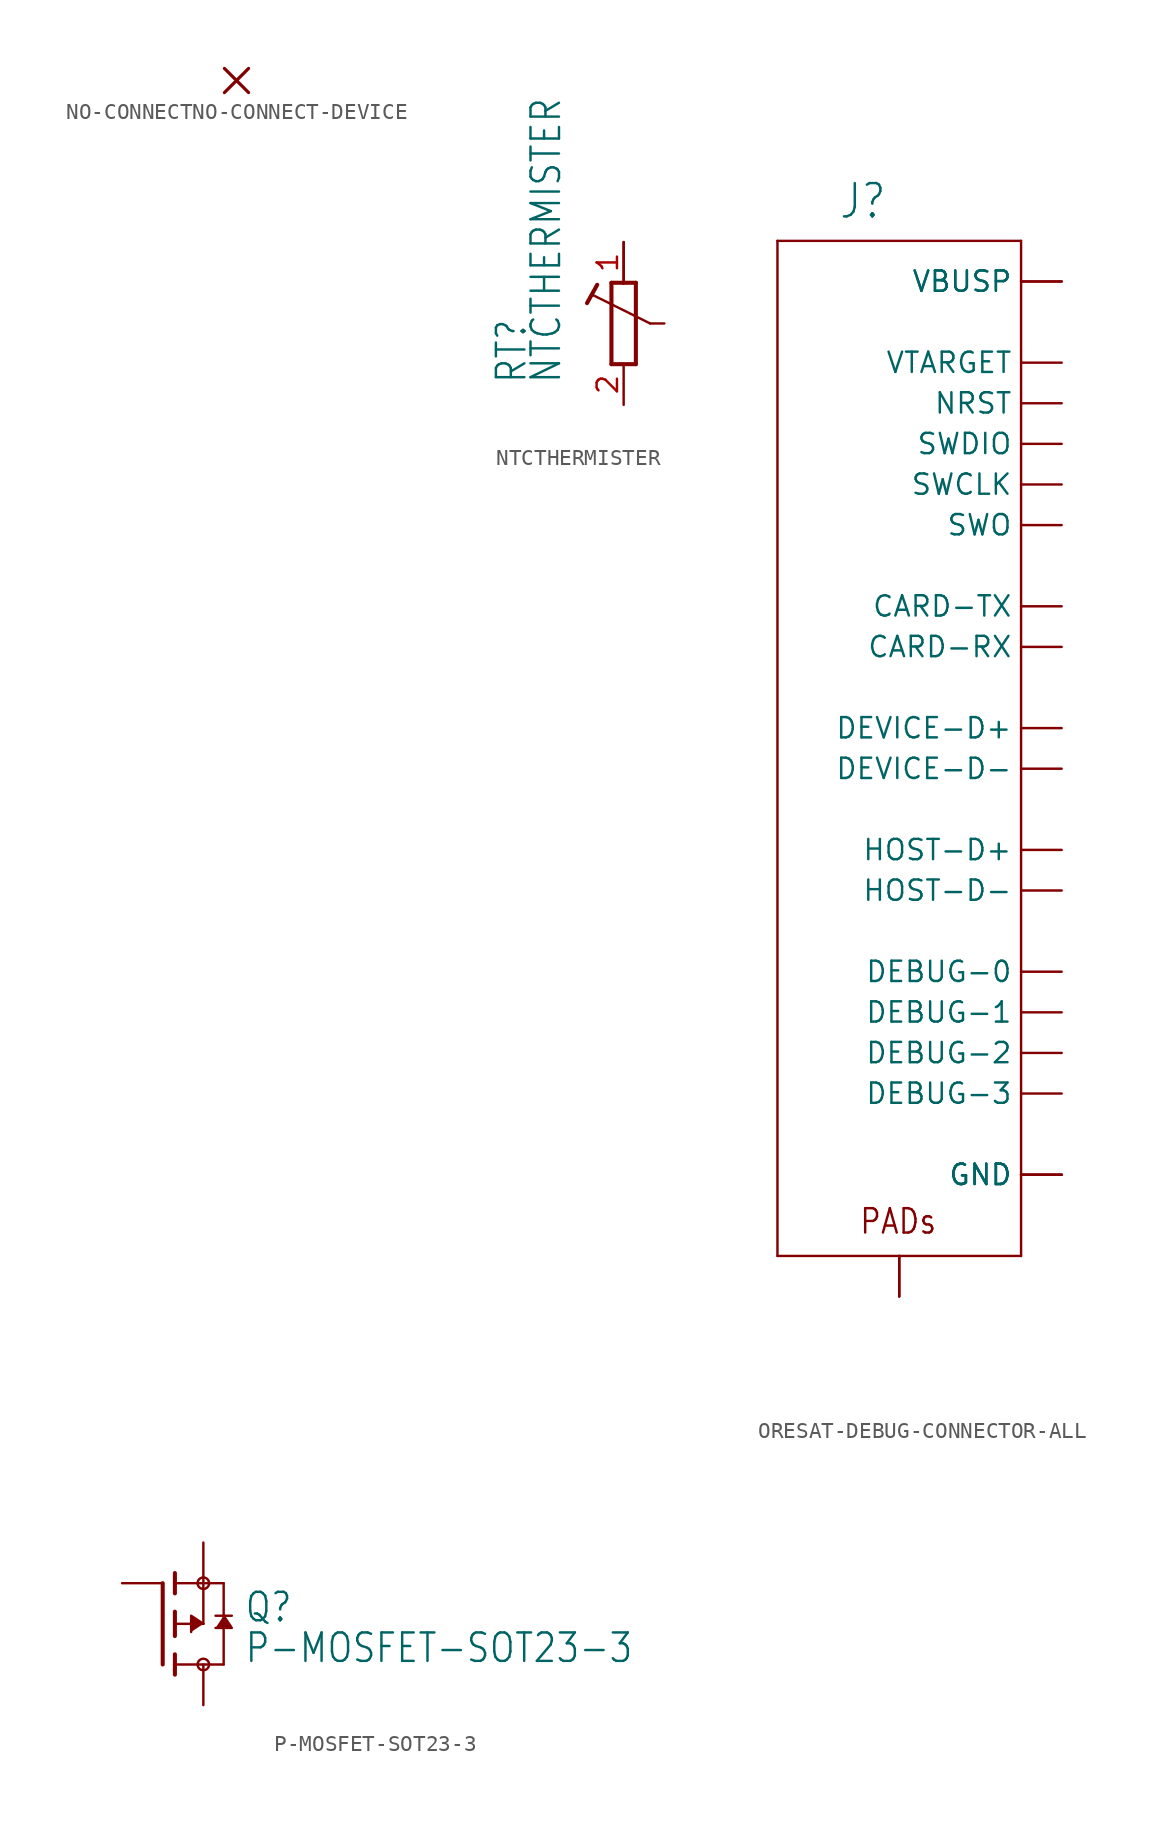
<source format=kicad_sym>
(kicad_symbol_lib
  (version 20211014)
  (generator kicad_symbol_editor)
  (symbol "NO-CONNECTNO-CONNECT-DEVICE"
    (property "Reference" ""
      (at 0 0 0)
      (effects (font (size 1.27 1.27)) hide))
    (property "ki_locked" ""
      (at 0 0 0)
      (effects (font (size 1.27 1.27))))
    (symbol "NO-CONNECTNO-CONNECT-DEVICE_1_0"
      (polyline (pts (xy -0.762 -0.762) (xy 0 0)) (stroke (width 0.203) (type default) (color 0 0 0 0)) (fill (type none)))
      (polyline (pts (xy -0.762 0.762) (xy 0 0)) (stroke (width 0.203) (type default) (color 0 0 0 0)) (fill (type none)))
      (polyline (pts (xy 0 0) (xy 0.762 -0.762)) (stroke (width 0.203) (type default) (color 0 0 0 0)) (fill (type none)))
      (polyline (pts (xy 0 0) (xy 0.762 0.762)) (stroke (width 0.203) (type default) (color 0 0 0 0)) (fill (type none)))))
  (symbol "NTCTHERMISTER"
    (property "Reference" "RT"
      (at -5.969 -3.81 90)
      (effects (font (size 1.778 1.511)) (justify left bottom)))
    (property "Value" "NTCTHERMISTER"
      (at -3.81 -3.81 90)
      (effects (font (size 1.778 1.511)) (justify left bottom)))
    (property "ki_locked" ""
      (at 0 0 0)
      (effects (font (size 1.27 1.27))))
    (symbol "NTCTHERMISTER_1_0"
      (polyline (pts (xy -2.286 1.27) (xy -1.651 2.413)) (stroke (width 0.254) (type default) (color 0 0 0 0)) (fill (type none)))
      (polyline (pts (xy -0.762 -2.54) (xy 0.762 -2.54)) (stroke (width 0.254) (type default) (color 0 0 0 0)) (fill (type none)))
      (polyline (pts (xy -0.762 2.54) (xy -0.762 -2.54)) (stroke (width 0.254) (type default) (color 0 0 0 0)) (fill (type none)))
      (polyline (pts (xy 0 2.54) (xy -0.762 2.54)) (stroke (width 0.254) (type default) (color 0 0 0 0)) (fill (type none)))
      (polyline (pts (xy 0 2.54) (xy 0 5.08)) (stroke (width 0.152) (type default) (color 0 0 0 0)) (fill (type none)))
      (polyline (pts (xy 0.762 -2.54) (xy 0.762 2.54)) (stroke (width 0.254) (type default) (color 0 0 0 0)) (fill (type none)))
      (polyline (pts (xy 0.762 2.54) (xy 0 2.54)) (stroke (width 0.254) (type default) (color 0 0 0 0)) (fill (type none)))
      (polyline (pts (xy 1.651 0) (xy -1.88 1.753)) (stroke (width 0.152) (type default) (color 0 0 0 0)) (fill (type none)))
      (polyline (pts (xy 2.54 0) (xy 1.651 0)) (stroke (width 0.152) (type default) (color 0 0 0 0)) (fill (type none)))
      (pin passive line (at 0 5.08 270) (length 2.54) (name "A" (effects (font (size 0 0)))) (number "1" (effects (font (size 1.27 1.27)))))
      (pin passive line (at 0 -5.08 90) (length 2.54) (name "E" (effects (font (size 0 0)))) (number "2" (effects (font (size 1.27 1.27)))))))
  (symbol "ORESAT-DEBUG-CONNECTOR-ALL"
    (property "Reference" "J"
      (at -2.54 31.75 0)
      (effects (font (size 2.083 1.77)) (justify left bottom)))
    (property "ki_locked" ""
      (at 0 0 0)
      (effects (font (size 1.27 1.27))))
    (symbol "ORESAT-DEBUG-CONNECTOR-ALL_1_0"
      (polyline (pts (xy -6.35 -33.02) (xy 8.89 -33.02)) (stroke (width 0.152) (type default) (color 0 0 0 0)) (fill (type none)))
      (polyline (pts (xy -6.35 30.48) (xy -6.35 -33.02)) (stroke (width 0.152) (type default) (color 0 0 0 0)) (fill (type none)))
      (polyline (pts (xy 8.89 -33.02) (xy 8.89 30.48)) (stroke (width 0.152) (type default) (color 0 0 0 0)) (fill (type none)))
      (polyline (pts (xy 8.89 30.48) (xy -6.35 30.48)) (stroke (width 0.152) (type default) (color 0 0 0 0)) (fill (type none)))
      (text "PADs" (at -1.27 -31.75 0) (effects (font (size 1.524 1.295)) (justify left bottom)))
      (pin passive line (at 11.43 27.94 180) (length 2.54) (name "VBUSP" (effects (font (size 1.27 1.27)))) (number "1" (effects (font (size 0 0)))))
      (pin passive line (at 11.43 20.32 180) (length 2.54) (name "NRST" (effects (font (size 1.27 1.27)))) (number "10" (effects (font (size 0 0)))))
      (pin passive line (at 11.43 22.86 180) (length 2.54) (name "VTARGET" (effects (font (size 1.27 1.27)))) (number "11" (effects (font (size 0 0)))))
      (pin passive line (at 11.43 5.08 180) (length 2.54) (name "CARD-RX" (effects (font (size 1.27 1.27)))) (number "12" (effects (font (size 0 0)))))
      (pin passive line (at 11.43 7.62 180) (length 2.54) (name "CARD-TX" (effects (font (size 1.27 1.27)))) (number "13" (effects (font (size 0 0)))))
      (pin passive line (at 11.43 17.78 180) (length 2.54) (name "SWDIO" (effects (font (size 1.27 1.27)))) (number "14" (effects (font (size 0 0)))))
      (pin passive line (at 11.43 15.24 180) (length 2.54) (name "SWCLK" (effects (font (size 1.27 1.27)))) (number "15" (effects (font (size 0 0)))))
      (pin passive line (at 11.43 12.7 180) (length 2.54) (name "SWO" (effects (font (size 1.27 1.27)))) (number "16" (effects (font (size 0 0)))))
      (pin passive line (at 11.43 -15.24 180) (length 2.54) (name "DEBUG-0" (effects (font (size 1.27 1.27)))) (number "17" (effects (font (size 0 0)))))
      (pin passive line (at 11.43 -17.78 180) (length 2.54) (name "DEBUG-1" (effects (font (size 1.27 1.27)))) (number "18" (effects (font (size 0 0)))))
      (pin passive line (at 11.43 -20.32 180) (length 2.54) (name "DEBUG-2" (effects (font (size 1.27 1.27)))) (number "19" (effects (font (size 0 0)))))
      (pin passive line (at 11.43 27.94 180) (length 2.54) (name "VBUSP" (effects (font (size 1.27 1.27)))) (number "2" (effects (font (size 0 0)))))
      (pin passive line (at 11.43 -22.86 180) (length 2.54) (name "DEBUG-3" (effects (font (size 1.27 1.27)))) (number "20" (effects (font (size 0 0)))))
      (pin passive line (at 11.43 -27.94 180) (length 2.54) (name "GND" (effects (font (size 1.27 1.27)))) (number "3" (effects (font (size 0 0)))))
      (pin passive line (at 11.43 0 180) (length 2.54) (name "DEVICE-D+" (effects (font (size 1.27 1.27)))) (number "4" (effects (font (size 0 0)))))
      (pin passive line (at 11.43 -2.54 180) (length 2.54) (name "DEVICE-D-" (effects (font (size 1.27 1.27)))) (number "5" (effects (font (size 0 0)))))
      (pin passive line (at 11.43 -27.94 180) (length 2.54) (name "GND" (effects (font (size 1.27 1.27)))) (number "6" (effects (font (size 0 0)))))
      (pin passive line (at 11.43 -7.62 180) (length 2.54) (name "HOST-D+" (effects (font (size 1.27 1.27)))) (number "7" (effects (font (size 0 0)))))
      (pin passive line (at 11.43 -10.16 180) (length 2.54) (name "HOST-D-" (effects (font (size 1.27 1.27)))) (number "8" (effects (font (size 0 0)))))
      (pin passive line (at 11.43 -27.94 180) (length 2.54) (name "GND" (effects (font (size 1.27 1.27)))) (number "9" (effects (font (size 0 0)))))
      (pin bidirectional line (at 1.27 -35.56 90) (length 2.54) (name "PAD" (effects (font (size 0 0)))) (number "PAD1" (effects (font (size 0 0)))))
      (pin bidirectional line (at 1.27 -35.56 90) (length 2.54) (name "PAD" (effects (font (size 0 0)))) (number "PAD2" (effects (font (size 0 0)))))))
  (symbol "P-MOSFET-SOT23-3"
    (property "Reference" "Q"
      (at 5.08 0 0)
      (effects (font (size 1.778 1.511)) (justify left bottom)))
    (property "Value" "P-MOSFET-SOT23-3"
      (at 5.08 -2.54 0)
      (effects (font (size 1.778 1.511)) (justify left bottom)))
    (property "ki_locked" ""
      (at 0 0 0)
      (effects (font (size 1.27 1.27))))
    (symbol "P-MOSFET-SOT23-3_1_0"
      (polyline (pts (xy 0 -2.54) (xy 0 2.54)) (stroke (width 0.254) (type default) (color 0 0 0 0)) (fill (type none)))
      (polyline (pts (xy 0.762 -3.175) (xy 0.762 -2.54)) (stroke (width 0.254) (type default) (color 0 0 0 0)) (fill (type none)))
      (polyline (pts (xy 0.762 -2.54) (xy 0.762 -1.905)) (stroke (width 0.254) (type default) (color 0 0 0 0)) (fill (type none)))
      (polyline (pts (xy 0.762 -2.54) (xy 3.81 -2.54)) (stroke (width 0.152) (type default) (color 0 0 0 0)) (fill (type none)))
      (polyline (pts (xy 0.762 -0.762) (xy 0.762 0)) (stroke (width 0.254) (type default) (color 0 0 0 0)) (fill (type none)))
      (polyline (pts (xy 0.762 0) (xy 0.762 0.762)) (stroke (width 0.254) (type default) (color 0 0 0 0)) (fill (type none)))
      (polyline (pts (xy 0.762 0) (xy 2.54 0)) (stroke (width 0.152) (type default) (color 0 0 0 0)) (fill (type none)))
      (polyline (pts (xy 0.762 1.905) (xy 0.762 2.54)) (stroke (width 0.254) (type default) (color 0 0 0 0)) (fill (type none)))
      (polyline (pts (xy 0.762 2.54) (xy 0.762 3.175)) (stroke (width 0.254) (type default) (color 0 0 0 0)) (fill (type none)))
      (polyline (pts (xy 2.54 0) (xy 2.54 2.54)) (stroke (width 0.152) (type default) (color 0 0 0 0)) (fill (type none)))
      (polyline (pts (xy 2.54 2.54) (xy 0.762 2.54)) (stroke (width 0.152) (type default) (color 0 0 0 0)) (fill (type none)))
      (polyline (pts (xy 2.54 2.54) (xy 3.81 2.54)) (stroke (width 0.152) (type default) (color 0 0 0 0)) (fill (type none)))
      (polyline (pts (xy 3.302 0.508) (xy 3.81 0.508)) (stroke (width 0.152) (type default) (color 0 0 0 0)) (fill (type none)))
      (polyline (pts (xy 3.81 -2.54) (xy 3.81 0.508)) (stroke (width 0.152) (type default) (color 0 0 0 0)) (fill (type none)))
      (polyline (pts (xy 3.81 0.508) (xy 3.81 2.54)) (stroke (width 0.152) (type default) (color 0 0 0 0)) (fill (type none)))
      (polyline (pts (xy 3.81 0.508) (xy 4.318 0.508)) (stroke (width 0.152) (type default) (color 0 0 0 0)) (fill (type none)))
      (polyline (pts (xy 2.54 0) (xy 1.778 0.508) (xy 1.778 -0.508)) (stroke (width 0) (type default) (color 0 0 0 0)) (fill (type outline)))
      (polyline (pts (xy 3.81 0.508) (xy 4.318 -0.254) (xy 3.302 -0.254)) (stroke (width 0) (type default) (color 0 0 0 0)) (fill (type outline)))
      (circle (center 2.54 -2.54) (radius 0.359) (stroke (width 0) (type default) (color 0 0 0 0)) (fill (type none)))
      (circle (center 2.54 2.54) (radius 0.359) (stroke (width 0) (type default) (color 0 0 0 0)) (fill (type none)))
      (pin passive line (at -2.54 2.54 0) (length 2.54) (name "G" (effects (font (size 0 0)))) (number "1" (effects (font (size 0 0)))))
      (pin passive line (at 2.54 5.08 270) (length 2.54) (name "S" (effects (font (size 0 0)))) (number "2" (effects (font (size 0 0)))))
      (pin passive line (at 2.54 -5.08 90) (length 2.54) (name "D" (effects (font (size 0 0)))) (number "3" (effects (font (size 0 0))))))))
</source>
